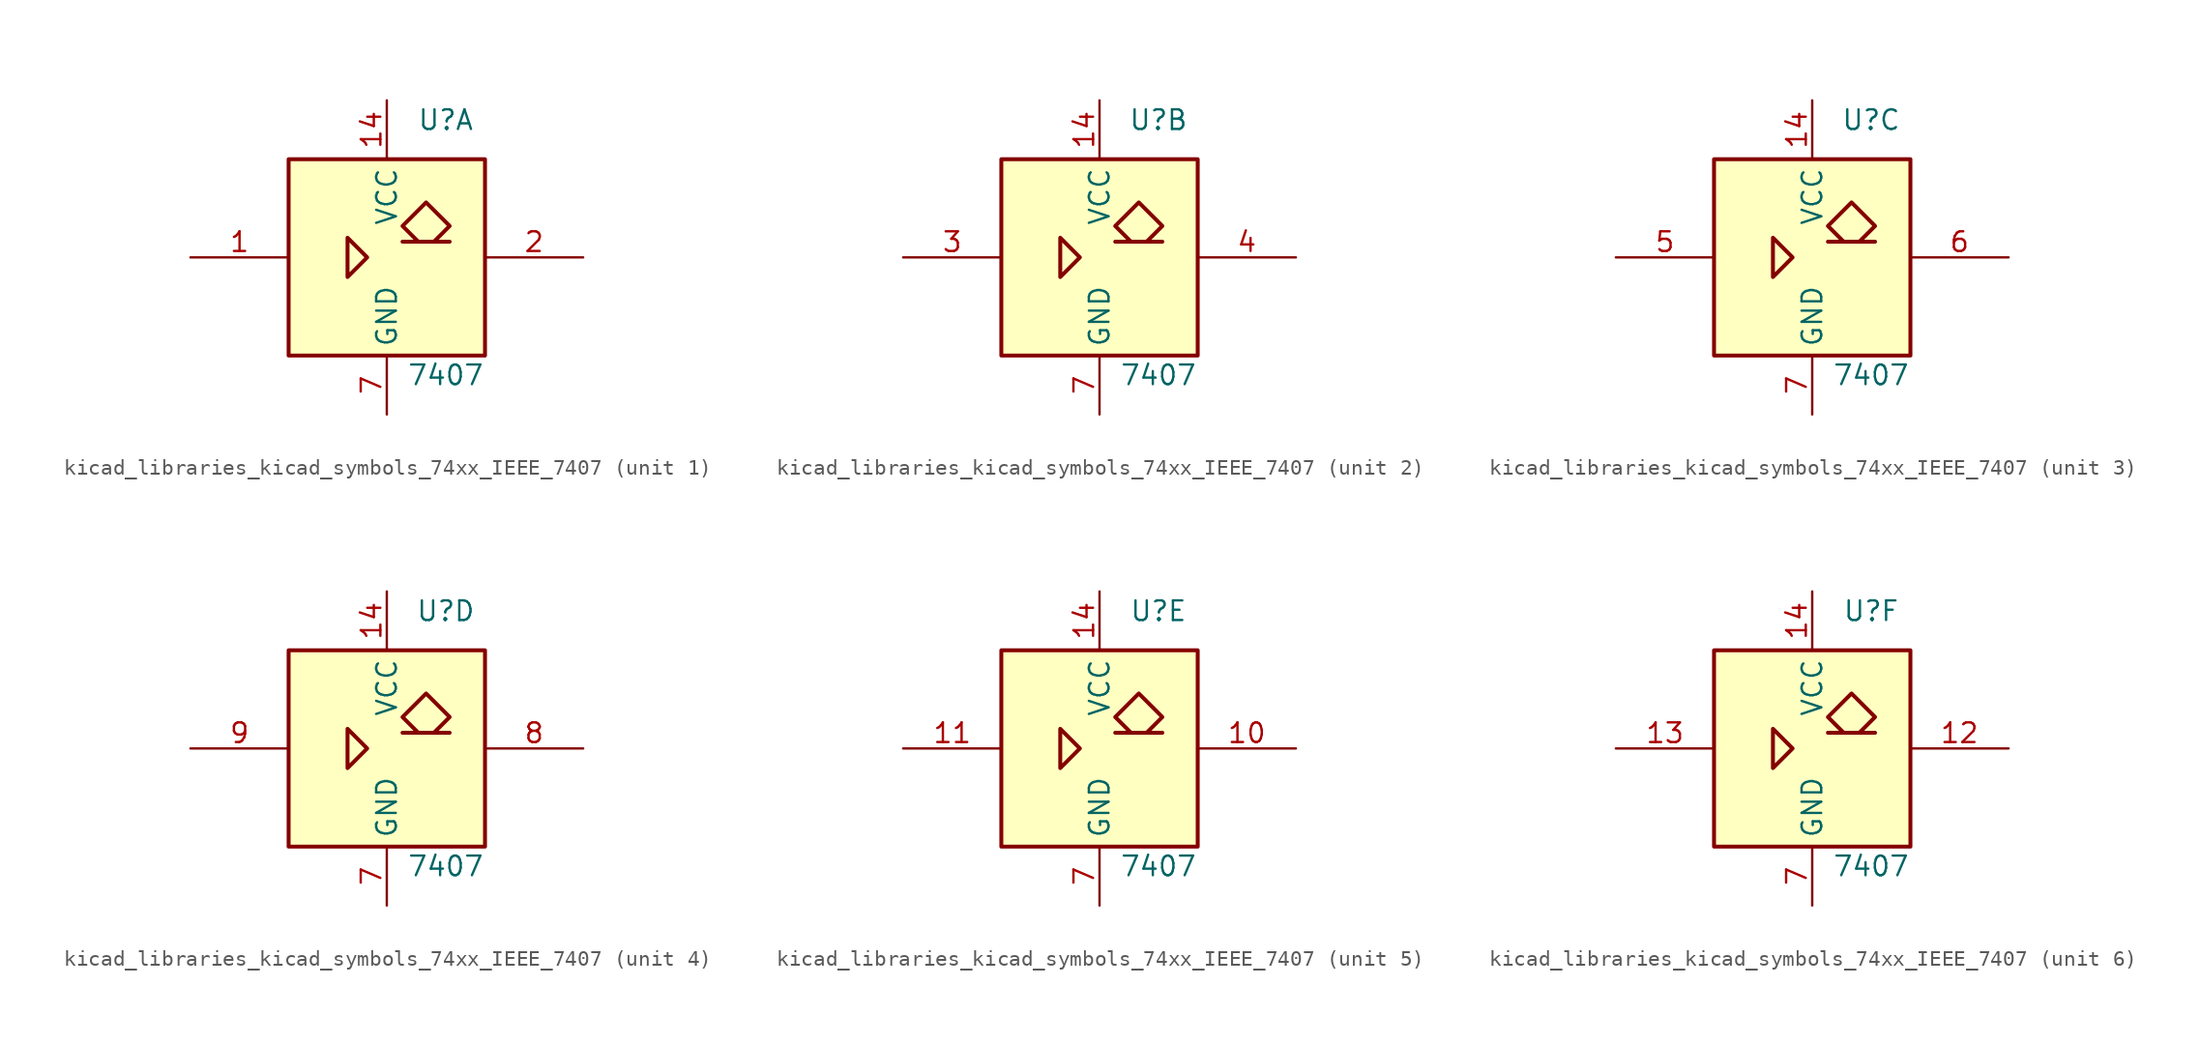
<source format=kicad_sym>
(kicad_symbol_lib
  (version 20220914)
  (generator kicad_symbol_editor)
  (symbol "kicad_libraries_kicad_symbols_74xx_IEEE_7407"
    (property "Reference" "U"
      (at 3.81 8.89 0)
      (effects (font (size 1.27 1.27))))
    (property "Value" "7407"
      (at 3.81 -7.62 0)
      (effects (font (size 1.27 1.27))))
    (symbol "kicad_libraries_kicad_symbols_74xx_IEEE_7407_0_1"
      (rectangle (start -6.35 6.35) (end 6.35 -6.35) (stroke (width 0.254) (type default)) (fill (type background)))
      (polyline (pts (xy -2.54 1.27) (xy -2.54 -1.27) (xy -1.27 0) (xy -2.54 1.27) (xy -2.54 1.27)) (stroke (width 0.254) (type default)) (fill (type background)))
      (polyline (pts (xy 3.048 1.016) (xy 4.064 2.032) (xy 2.54 3.556) (xy 1.016 2.032) (xy 2.032 1.016) (xy 1.016 1.016) (xy 4.064 1.016) (xy 4.064 1.016)) (stroke (width 0.254) (type default)) (fill (type background)))
      (pin power_in line (at 0 10.16 270) (length 3.81) (name "VCC" (effects (font (size 1.27 1.27)))) (number "14" (effects (font (size 1.27 1.27)))))
      (pin power_in line (at 0 -10.16 90) (length 3.81) (name "GND" (effects (font (size 1.27 1.27)))) (number "7" (effects (font (size 1.27 1.27))))))
    (symbol "kicad_libraries_kicad_symbols_74xx_IEEE_7407_1_1"
      (pin input line (at -12.7 0 0) (length 6.35) (name "~" (effects (font (size 1.27 1.27)))) (number "1" (effects (font (size 1.27 1.27)))))
      (pin open_collector line (at 12.7 0 180) (length 6.35) (name "~" (effects (font (size 1.27 1.27)))) (number "2" (effects (font (size 1.27 1.27))))))
    (symbol "kicad_libraries_kicad_symbols_74xx_IEEE_7407_2_1"
      (pin input line (at -12.7 0 0) (length 6.35) (name "~" (effects (font (size 1.27 1.27)))) (number "3" (effects (font (size 1.27 1.27)))))
      (pin open_collector line (at 12.7 0 180) (length 6.35) (name "~" (effects (font (size 1.27 1.27)))) (number "4" (effects (font (size 1.27 1.27))))))
    (symbol "kicad_libraries_kicad_symbols_74xx_IEEE_7407_3_1"
      (pin input line (at -12.7 0 0) (length 6.35) (name "~" (effects (font (size 1.27 1.27)))) (number "5" (effects (font (size 1.27 1.27)))))
      (pin open_collector line (at 12.7 0 180) (length 6.35) (name "~" (effects (font (size 1.27 1.27)))) (number "6" (effects (font (size 1.27 1.27))))))
    (symbol "kicad_libraries_kicad_symbols_74xx_IEEE_7407_4_1"
      (pin open_collector line (at 12.7 0 180) (length 6.35) (name "~" (effects (font (size 1.27 1.27)))) (number "8" (effects (font (size 1.27 1.27)))))
      (pin input line (at -12.7 0 0) (length 6.35) (name "~" (effects (font (size 1.27 1.27)))) (number "9" (effects (font (size 1.27 1.27))))))
    (symbol "kicad_libraries_kicad_symbols_74xx_IEEE_7407_5_1"
      (pin open_collector line (at 12.7 0 180) (length 6.35) (name "~" (effects (font (size 1.27 1.27)))) (number "10" (effects (font (size 1.27 1.27)))))
      (pin input line (at -12.7 0 0) (length 6.35) (name "~" (effects (font (size 1.27 1.27)))) (number "11" (effects (font (size 1.27 1.27))))))
    (symbol "kicad_libraries_kicad_symbols_74xx_IEEE_7407_6_1"
      (pin open_collector line (at 12.7 0 180) (length 6.35) (name "~" (effects (font (size 1.27 1.27)))) (number "12" (effects (font (size 1.27 1.27)))))
      (pin input line (at -12.7 0 0) (length 6.35) (name "~" (effects (font (size 1.27 1.27)))) (number "13" (effects (font (size 1.27 1.27))))))))
</source>
